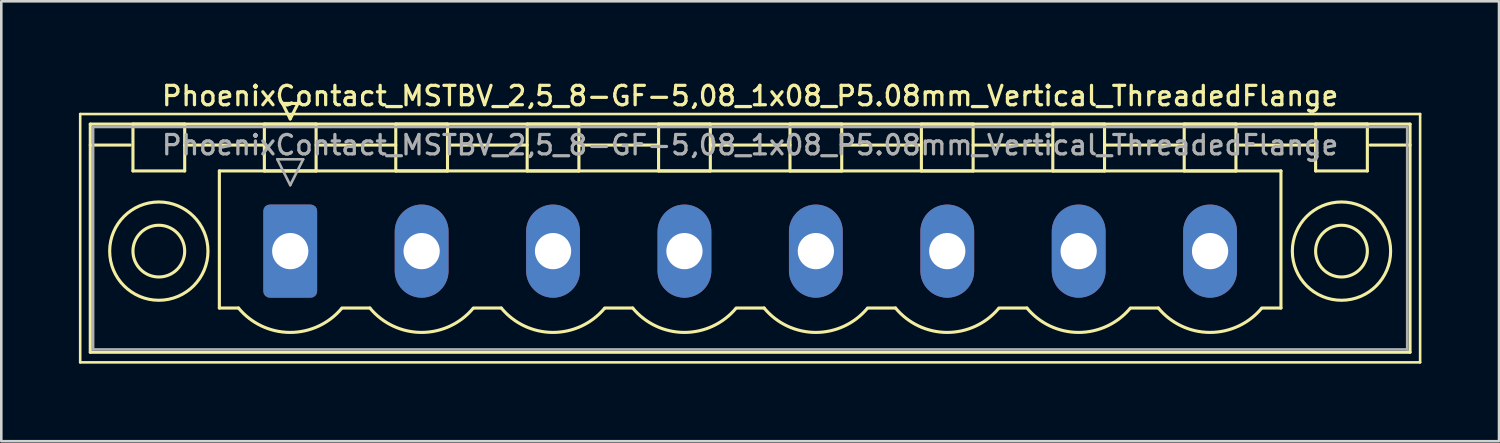
<source format=kicad_pcb>
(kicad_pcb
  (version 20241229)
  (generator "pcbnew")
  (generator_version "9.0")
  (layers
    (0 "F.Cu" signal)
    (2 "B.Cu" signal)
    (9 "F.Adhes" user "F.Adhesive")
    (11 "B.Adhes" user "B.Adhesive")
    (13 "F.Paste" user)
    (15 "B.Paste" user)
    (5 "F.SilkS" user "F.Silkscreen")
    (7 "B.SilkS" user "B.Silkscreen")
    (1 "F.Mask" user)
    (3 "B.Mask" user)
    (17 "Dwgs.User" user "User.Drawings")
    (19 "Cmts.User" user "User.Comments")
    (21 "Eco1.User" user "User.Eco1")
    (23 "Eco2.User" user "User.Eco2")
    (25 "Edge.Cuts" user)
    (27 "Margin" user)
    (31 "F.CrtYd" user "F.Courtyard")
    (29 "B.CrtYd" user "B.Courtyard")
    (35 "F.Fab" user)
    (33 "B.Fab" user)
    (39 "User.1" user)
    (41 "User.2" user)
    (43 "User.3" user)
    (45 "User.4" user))
  (footprint "PhoenixContact_MSTBV_2,5_8-GF-5,08_1x08_P5.08mm_Vertical_ThreadedFlange"
    (layer "F.Cu")
    (at 8.17 6.658)
    (property "Reference" "PhoenixContact_MSTBV_2,5_8-GF-5,08_1x08_P5.08mm_Vertical_ThreadedFlange" (at 17.78 -6 0) (layer "F.SilkS") (effects (font (size 0.75 0.75) (thickness 0.125))))
    (attr through_hole)
    (fp_line (start -8.12 -5.3) (end -8.12 4.3) (stroke (width 0.1) (type solid)) (layer "F.SilkS"))
    (fp_line (start -8.12 4.3) (end 43.68 4.3) (stroke (width 0.1) (type solid)) (layer "F.SilkS"))
    (fp_line (start -7.73 -4.91) (end -7.73 3.91) (stroke (width 0.12) (type solid)) (layer "F.SilkS"))
    (fp_line (start -7.73 -4.1) (end -6.19 -4.1) (stroke (width 0.12) (type solid)) (layer "F.SilkS"))
    (fp_line (start -7.73 3.91) (end 43.29 3.91) (stroke (width 0.12) (type solid)) (layer "F.SilkS"))
    (fp_line (start -6.08 -4.91) (end -4.08 -4.91) (stroke (width 0.12) (type solid)) (layer "F.SilkS"))
    (fp_line (start -6.08 -3.1) (end -6.08 -4.91) (stroke (width 0.12) (type solid)) (layer "F.SilkS"))
    (fp_line (start -4.08 -4.91) (end -4.08 -3.1) (stroke (width 0.12) (type solid)) (layer "F.SilkS"))
    (fp_line (start -4.08 -4.1) (end -1 -4.1) (stroke (width 0.12) (type solid)) (layer "F.SilkS"))
    (fp_line (start -4.08 -3.1) (end -6.08 -3.1) (stroke (width 0.12) (type solid)) (layer "F.SilkS"))
    (fp_line (start -2.74 -3.1) (end 38.3 -3.1) (stroke (width 0.12) (type solid)) (layer "F.SilkS"))
    (fp_line (start -2.74 2.2) (end -2.74 -3.1) (stroke (width 0.12) (type solid)) (layer "F.SilkS"))
    (fp_line (start -2 2.2) (end -2.74 2.2) (stroke (width 0.12) (type solid)) (layer "F.SilkS"))
    (fp_line (start -1 -4.91) (end 1 -4.91) (stroke (width 0.12) (type solid)) (layer "F.SilkS"))
    (fp_line (start -1 -3.1) (end -1 -4.91) (stroke (width 0.12) (type solid)) (layer "F.SilkS"))
    (fp_line (start -0.3 -5.71) (end 0.3 -5.71) (stroke (width 0.12) (type solid)) (layer "F.SilkS"))
    (fp_line (start 0 -5.11) (end -0.3 -5.71) (stroke (width 0.12) (type solid)) (layer "F.SilkS"))
    (fp_line (start 0.3 -5.71) (end 0 -5.11) (stroke (width 0.12) (type solid)) (layer "F.SilkS"))
    (fp_line (start 1 -4.91) (end 1 -3.1) (stroke (width 0.12) (type solid)) (layer "F.SilkS"))
    (fp_line (start 1 -4.1) (end 4.08 -4.1) (stroke (width 0.12) (type solid)) (layer "F.SilkS"))
    (fp_line (start 1 -3.1) (end -1 -3.1) (stroke (width 0.12) (type solid)) (layer "F.SilkS"))
    (fp_line (start 2 2.2) (end 3.08 2.2) (stroke (width 0.12) (type solid)) (layer "F.SilkS"))
    (fp_line (start 4.08 -4.91) (end 6.08 -4.91) (stroke (width 0.12) (type solid)) (layer "F.SilkS"))
    (fp_line (start 4.08 -3.1) (end 4.08 -4.91) (stroke (width 0.12) (type solid)) (layer "F.SilkS"))
    (fp_line (start 6.08 -4.91) (end 6.08 -3.1) (stroke (width 0.12) (type solid)) (layer "F.SilkS"))
    (fp_line (start 6.08 -4.1) (end 9.16 -4.1) (stroke (width 0.12) (type solid)) (layer "F.SilkS"))
    (fp_line (start 6.08 -3.1) (end 4.08 -3.1) (stroke (width 0.12) (type solid)) (layer "F.SilkS"))
    (fp_line (start 7.08 2.2) (end 8.16 2.2) (stroke (width 0.12) (type solid)) (layer "F.SilkS"))
    (fp_line (start 9.16 -4.91) (end 11.16 -4.91) (stroke (width 0.12) (type solid)) (layer "F.SilkS"))
    (fp_line (start 9.16 -3.1) (end 9.16 -4.91) (stroke (width 0.12) (type solid)) (layer "F.SilkS"))
    (fp_line (start 11.16 -4.91) (end 11.16 -3.1) (stroke (width 0.12) (type solid)) (layer "F.SilkS"))
    (fp_line (start 11.16 -4.1) (end 14.24 -4.1) (stroke (width 0.12) (type solid)) (layer "F.SilkS"))
    (fp_line (start 11.16 -3.1) (end 9.16 -3.1) (stroke (width 0.12) (type solid)) (layer "F.SilkS"))
    (fp_line (start 12.16 2.2) (end 13.24 2.2) (stroke (width 0.12) (type solid)) (layer "F.SilkS"))
    (fp_line (start 14.24 -4.91) (end 16.24 -4.91) (stroke (width 0.12) (type solid)) (layer "F.SilkS"))
    (fp_line (start 14.24 -3.1) (end 14.24 -4.91) (stroke (width 0.12) (type solid)) (layer "F.SilkS"))
    (fp_line (start 16.24 -4.91) (end 16.24 -3.1) (stroke (width 0.12) (type solid)) (layer "F.SilkS"))
    (fp_line (start 16.24 -4.1) (end 19.32 -4.1) (stroke (width 0.12) (type solid)) (layer "F.SilkS"))
    (fp_line (start 16.24 -3.1) (end 14.24 -3.1) (stroke (width 0.12) (type solid)) (layer "F.SilkS"))
    (fp_line (start 17.24 2.2) (end 18.32 2.2) (stroke (width 0.12) (type solid)) (layer "F.SilkS"))
    (fp_line (start 19.32 -4.91) (end 21.32 -4.91) (stroke (width 0.12) (type solid)) (layer "F.SilkS"))
    (fp_line (start 19.32 -3.1) (end 19.32 -4.91) (stroke (width 0.12) (type solid)) (layer "F.SilkS"))
    (fp_line (start 21.32 -4.91) (end 21.32 -3.1) (stroke (width 0.12) (type solid)) (layer "F.SilkS"))
    (fp_line (start 21.32 -4.1) (end 24.4 -4.1) (stroke (width 0.12) (type solid)) (layer "F.SilkS"))
    (fp_line (start 21.32 -3.1) (end 19.32 -3.1) (stroke (width 0.12) (type solid)) (layer "F.SilkS"))
    (fp_line (start 22.32 2.2) (end 23.4 2.2) (stroke (width 0.12) (type solid)) (layer "F.SilkS"))
    (fp_line (start 24.4 -4.91) (end 26.4 -4.91) (stroke (width 0.12) (type solid)) (layer "F.SilkS"))
    (fp_line (start 24.4 -3.1) (end 24.4 -4.91) (stroke (width 0.12) (type solid)) (layer "F.SilkS"))
    (fp_line (start 26.4 -4.91) (end 26.4 -3.1) (stroke (width 0.12) (type solid)) (layer "F.SilkS"))
    (fp_line (start 26.4 -4.1) (end 29.48 -4.1) (stroke (width 0.12) (type solid)) (layer "F.SilkS"))
    (fp_line (start 26.4 -3.1) (end 24.4 -3.1) (stroke (width 0.12) (type solid)) (layer "F.SilkS"))
    (fp_line (start 27.4 2.2) (end 28.48 2.2) (stroke (width 0.12) (type solid)) (layer "F.SilkS"))
    (fp_line (start 29.48 -4.91) (end 31.48 -4.91) (stroke (width 0.12) (type solid)) (layer "F.SilkS"))
    (fp_line (start 29.48 -3.1) (end 29.48 -4.91) (stroke (width 0.12) (type solid)) (layer "F.SilkS"))
    (fp_line (start 31.48 -4.91) (end 31.48 -3.1) (stroke (width 0.12) (type solid)) (layer "F.SilkS"))
    (fp_line (start 31.48 -4.1) (end 34.56 -4.1) (stroke (width 0.12) (type solid)) (layer "F.SilkS"))
    (fp_line (start 31.48 -3.1) (end 29.48 -3.1) (stroke (width 0.12) (type solid)) (layer "F.SilkS"))
    (fp_line (start 32.48 2.2) (end 33.56 2.2) (stroke (width 0.12) (type solid)) (layer "F.SilkS"))
    (fp_line (start 34.56 -4.91) (end 36.56 -4.91) (stroke (width 0.12) (type solid)) (layer "F.SilkS"))
    (fp_line (start 34.56 -3.1) (end 34.56 -4.91) (stroke (width 0.12) (type solid)) (layer "F.SilkS"))
    (fp_line (start 36.56 -4.91) (end 36.56 -3.1) (stroke (width 0.12) (type solid)) (layer "F.SilkS"))
    (fp_line (start 36.56 -4.1) (end 39.64 -4.1) (stroke (width 0.12) (type solid)) (layer "F.SilkS"))
    (fp_line (start 36.56 -3.1) (end 34.56 -3.1) (stroke (width 0.12) (type solid)) (layer "F.SilkS"))
    (fp_line (start 38.3 -3.1) (end 38.3 2.2) (stroke (width 0.12) (type solid)) (layer "F.SilkS"))
    (fp_line (start 38.3 2.2) (end 37.56 2.2) (stroke (width 0.12) (type solid)) (layer "F.SilkS"))
    (fp_line (start 39.64 -4.91) (end 41.64 -4.91) (stroke (width 0.12) (type solid)) (layer "F.SilkS"))
    (fp_line (start 39.64 -3.1) (end 39.64 -4.91) (stroke (width 0.12) (type solid)) (layer "F.SilkS"))
    (fp_line (start 41.64 -4.91) (end 41.64 -3.1) (stroke (width 0.12) (type solid)) (layer "F.SilkS"))
    (fp_line (start 41.64 -3.1) (end 39.64 -3.1) (stroke (width 0.12) (type solid)) (layer "F.SilkS"))
    (fp_line (start 43.29 -4.91) (end -7.73 -4.91) (stroke (width 0.12) (type solid)) (layer "F.SilkS"))
    (fp_line (start 43.29 -4.1) (end 41.75 -4.1) (stroke (width 0.12) (type solid)) (layer "F.SilkS"))
    (fp_line (start 43.29 3.91) (end 43.29 -4.91) (stroke (width 0.12) (type solid)) (layer "F.SilkS"))
    (fp_line (start 43.68 -5.3) (end -8.12 -5.3) (stroke (width 0.1) (type solid)) (layer "F.SilkS"))
    (fp_line (start 43.68 4.3) (end 43.68 -5.3) (stroke (width 0.1) (type solid)) (layer "F.SilkS"))
    (fp_arc (start 1.986842 2.215821) (mid -0.010289 3.142758) (end -2 2.2) (stroke (width 0.12) (type solid)) (layer "F.SilkS"))
    (fp_arc (start 7.066842 2.215821) (mid 5.069711 3.142758) (end 3.08 2.2) (stroke (width 0.12) (type solid)) (layer "F.SilkS"))
    (fp_arc (start 12.146842 2.215821) (mid 10.149711 3.142758) (end 8.16 2.2) (stroke (width 0.12) (type solid)) (layer "F.SilkS"))
    (fp_arc (start 17.226842 2.215821) (mid 15.229711 3.142758) (end 13.24 2.2) (stroke (width 0.12) (type solid)) (layer "F.SilkS"))
    (fp_arc (start 22.306842 2.215821) (mid 20.309711 3.142758) (end 18.32 2.2) (stroke (width 0.12) (type solid)) (layer "F.SilkS"))
    (fp_arc (start 27.386842 2.215821) (mid 25.389711 3.142758) (end 23.4 2.2) (stroke (width 0.12) (type solid)) (layer "F.SilkS"))
    (fp_arc (start 32.466842 2.215821) (mid 30.469711 3.142758) (end 28.48 2.2) (stroke (width 0.12) (type solid)) (layer "F.SilkS"))
    (fp_arc (start 37.546842 2.215821) (mid 35.549711 3.142758) (end 33.56 2.2) (stroke (width 0.12) (type solid)) (layer "F.SilkS"))
    (fp_circle (center -5.08 0) (end -4.08 0) (stroke (width 0.12) (type solid)) (fill no) (layer "F.SilkS"))
    (fp_circle (center -5.08 0) (end -3.18 0) (stroke (width 0.12) (type solid)) (fill no) (layer "F.SilkS"))
    (fp_circle (center 40.64 0) (end 41.64 0) (stroke (width 0.12) (type solid)) (fill no) (layer "F.SilkS"))
    (fp_circle (center 40.64 0) (end 42.54 0) (stroke (width 0.12) (type solid)) (fill no) (layer "F.SilkS"))
    (fp_line (start -7.62 -4.8) (end -7.62 3.8) (stroke (width 0.1) (type solid)) (layer "F.Fab"))
    (fp_line (start -7.62 3.8) (end 43.18 3.8) (stroke (width 0.1) (type solid)) (layer "F.Fab"))
    (fp_line (start -0.5 -3.55) (end 0.5 -3.55) (stroke (width 0.1) (type solid)) (layer "F.Fab"))
    (fp_line (start 0 -2.55) (end -0.5 -3.55) (stroke (width 0.1) (type solid)) (layer "F.Fab"))
    (fp_line (start 0.5 -3.55) (end 0 -2.55) (stroke (width 0.1) (type solid)) (layer "F.Fab"))
    (fp_line (start 43.18 -4.8) (end -7.62 -4.8) (stroke (width 0.1) (type solid)) (layer "F.Fab"))
    (fp_line (start 43.18 3.8) (end 43.18 -4.8) (stroke (width 0.1) (type solid)) (layer "F.Fab"))
    (fp_text user "${REFERENCE}" (at 17.78 -4.1 0) (layer "F.Fab") (effects (font (size 0.75 0.75) (thickness 0.125))))
    (pad "1" thru_hole roundrect (at 0 0) (size 2.08 3.6) (drill 1.4) (layers "*.Cu" "*.Mask") (roundrect_rratio 0.12))
    (pad "2" thru_hole oval (at 5.08 0) (size 2.08 3.6) (drill 1.4) (layers "*.Cu" "*.Mask"))
    (pad "3" thru_hole oval (at 10.16 0) (size 2.08 3.6) (drill 1.4) (layers "*.Cu" "*.Mask"))
    (pad "4" thru_hole oval (at 15.24 0) (size 2.08 3.6) (drill 1.4) (layers "*.Cu" "*.Mask"))
    (pad "5" thru_hole oval (at 20.32 0) (size 2.08 3.6) (drill 1.4) (layers "*.Cu" "*.Mask"))
    (pad "6" thru_hole oval (at 25.4 0) (size 2.08 3.6) (drill 1.4) (layers "*.Cu" "*.Mask"))
    (pad "7" thru_hole oval (at 30.48 0) (size 2.08 3.6) (drill 1.4) (layers "*.Cu" "*.Mask"))
    (pad "8" thru_hole oval (at 35.56 0) (size 2.08 3.6) (drill 1.4) (layers "*.Cu" "*.Mask")))
  (gr_rect
    (start -3 -3)
    (end 54.9 14.008)
    (stroke (width 0.1) (type default))
    (fill no)
    (layer "Edge.Cuts")))
</source>
